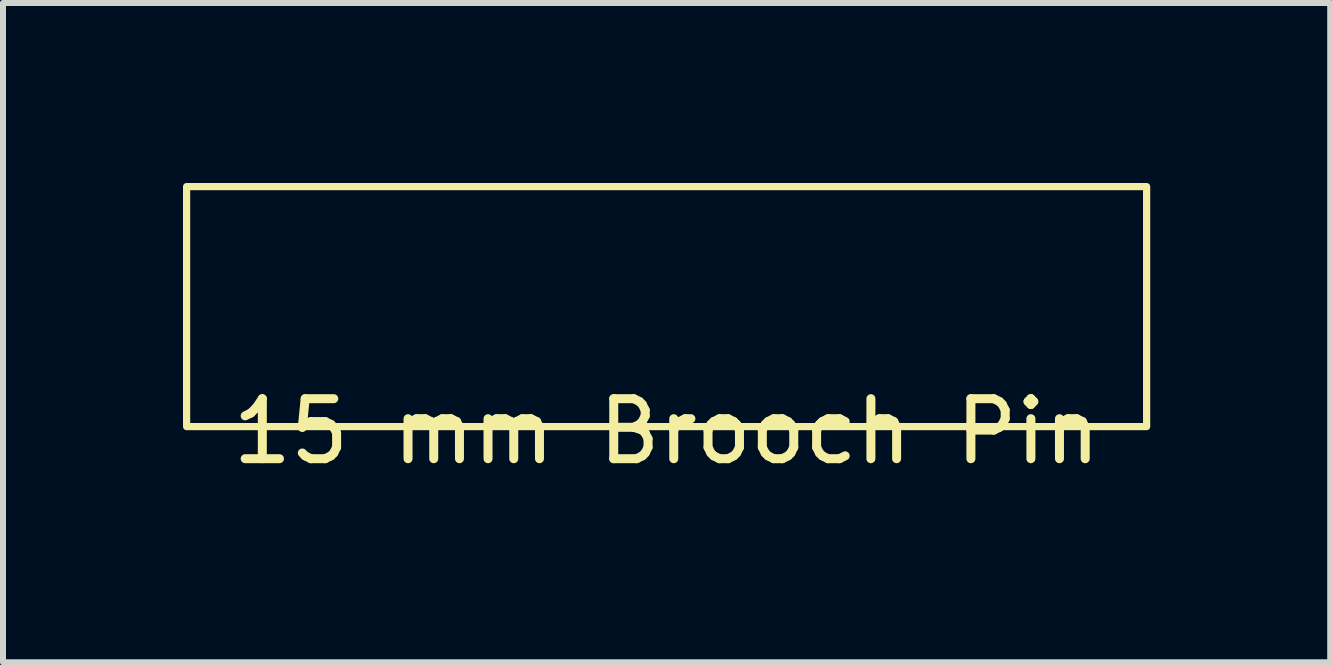
<source format=kicad_pcb>
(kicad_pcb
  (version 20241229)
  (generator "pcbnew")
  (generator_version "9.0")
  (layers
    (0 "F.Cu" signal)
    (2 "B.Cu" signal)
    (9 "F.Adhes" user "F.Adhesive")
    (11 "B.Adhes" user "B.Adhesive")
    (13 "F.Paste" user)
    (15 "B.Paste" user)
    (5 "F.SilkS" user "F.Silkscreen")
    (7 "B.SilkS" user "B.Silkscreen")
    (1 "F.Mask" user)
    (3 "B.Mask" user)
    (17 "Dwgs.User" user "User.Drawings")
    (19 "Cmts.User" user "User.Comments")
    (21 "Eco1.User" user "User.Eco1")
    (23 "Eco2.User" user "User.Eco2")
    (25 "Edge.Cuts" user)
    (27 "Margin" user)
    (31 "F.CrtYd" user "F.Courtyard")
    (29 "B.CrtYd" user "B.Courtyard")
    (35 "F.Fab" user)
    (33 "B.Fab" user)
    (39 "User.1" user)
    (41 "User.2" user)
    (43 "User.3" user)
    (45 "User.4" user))
  (footprint "15 mm Brooch Pin"
    (layer "F.Cu")
    (at 8.06 2.06)
    (property "Reference" "15 mm Brooch Pin" (at 0 2.08 0) (unlocked yes) (layer "F.SilkS") (effects (font (size 1 1) (thickness 0.15))))
    (attr smd)
    (fp_rect (start -8 -2) (end 8 2) (stroke (width 0.12) (type solid)) (fill no) (layer "F.SilkS")))
  (gr_rect
    (start -3 -3)
    (end 19.12 7.988)
    (stroke (width 0.1) (type default))
    (fill no)
    (layer "Edge.Cuts")))
</source>
